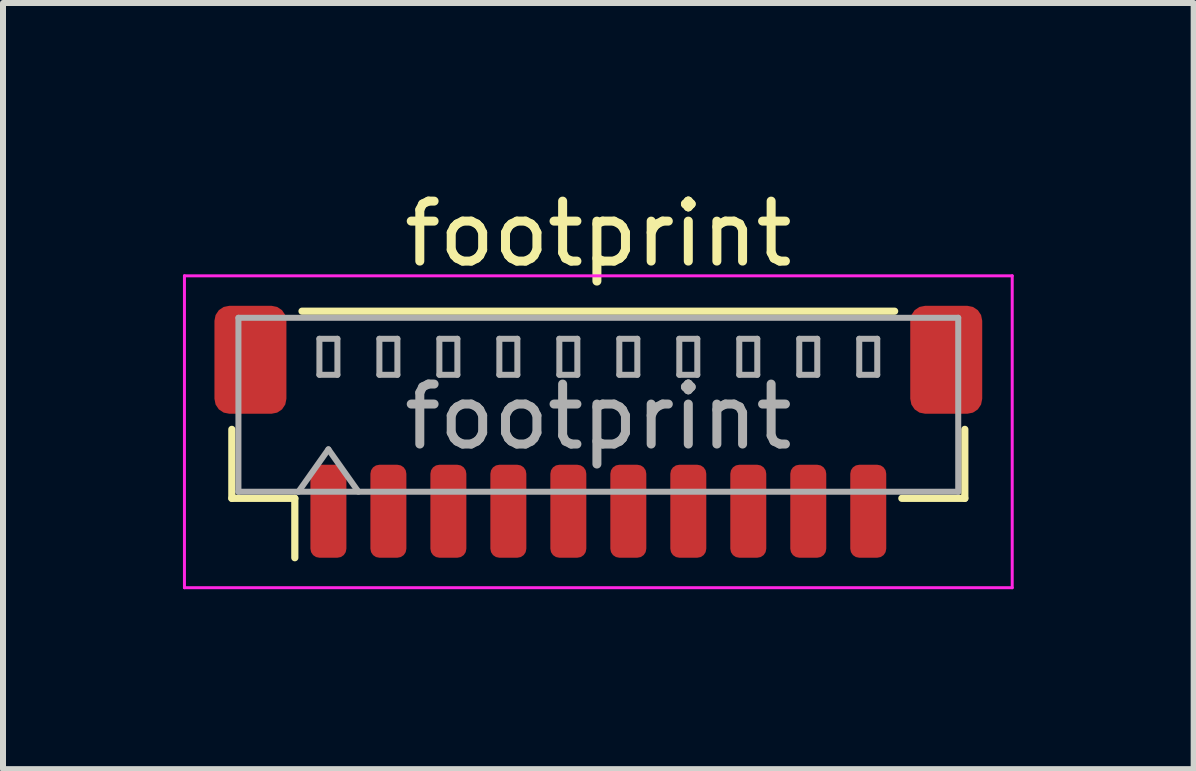
<source format=kicad_pcb>
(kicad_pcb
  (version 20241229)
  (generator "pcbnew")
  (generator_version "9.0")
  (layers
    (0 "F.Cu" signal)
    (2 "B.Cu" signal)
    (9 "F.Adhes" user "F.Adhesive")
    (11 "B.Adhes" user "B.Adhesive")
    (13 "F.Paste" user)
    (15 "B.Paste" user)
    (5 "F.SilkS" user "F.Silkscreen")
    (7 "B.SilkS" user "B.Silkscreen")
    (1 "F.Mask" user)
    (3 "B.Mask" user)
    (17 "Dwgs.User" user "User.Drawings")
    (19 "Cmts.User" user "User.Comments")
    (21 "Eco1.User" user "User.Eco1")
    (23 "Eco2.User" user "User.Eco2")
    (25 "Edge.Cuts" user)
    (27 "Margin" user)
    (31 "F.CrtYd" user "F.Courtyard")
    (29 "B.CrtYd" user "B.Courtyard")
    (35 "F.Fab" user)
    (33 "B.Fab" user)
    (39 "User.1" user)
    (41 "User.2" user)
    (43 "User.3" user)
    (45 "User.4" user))
  (footprint "footprint"
    (layer "F.Cu")
    (at 6.925 4.148)
    (property "Reference" "footprint" (at 0 -3.3 0) (layer "F.SilkS") (effects (font (size 1 1) (thickness 0.15))))
    (attr smd)
    (fp_line (start -6.11 -0.04) (end -6.11 1.11) (stroke (width 0.12) (type solid)) (layer "F.SilkS"))
    (fp_line (start -6.11 1.11) (end -5.06 1.11) (stroke (width 0.12) (type solid)) (layer "F.SilkS"))
    (fp_line (start -5.06 1.11) (end -5.06 2.1) (stroke (width 0.12) (type solid)) (layer "F.SilkS"))
    (fp_line (start -4.94 -2.01) (end 4.94 -2.01) (stroke (width 0.12) (type solid)) (layer "F.SilkS"))
    (fp_line (start 6.11 -0.04) (end 6.11 1.11) (stroke (width 0.12) (type solid)) (layer "F.SilkS"))
    (fp_line (start 6.11 1.11) (end 5.06 1.11) (stroke (width 0.12) (type solid)) (layer "F.SilkS"))
    (fp_line (start -6.9 -2.6) (end -6.9 2.6) (stroke (width 0.05) (type solid)) (layer "F.CrtYd"))
    (fp_line (start -6.9 2.6) (end 6.9 2.6) (stroke (width 0.05) (type solid)) (layer "F.CrtYd"))
    (fp_line (start 6.9 -2.6) (end -6.9 -2.6) (stroke (width 0.05) (type solid)) (layer "F.CrtYd"))
    (fp_line (start 6.9 2.6) (end 6.9 -2.6) (stroke (width 0.05) (type solid)) (layer "F.CrtYd"))
    (fp_line (start -6 -1.9) (end 6 -1.9) (stroke (width 0.1) (type solid)) (layer "F.Fab"))
    (fp_line (start -6 1) (end -6 -1.9) (stroke (width 0.1) (type solid)) (layer "F.Fab"))
    (fp_line (start -6 1) (end 6 1) (stroke (width 0.1) (type solid)) (layer "F.Fab"))
    (fp_line (start -5 1) (end -4.5 0.293) (stroke (width 0.1) (type solid)) (layer "F.Fab"))
    (fp_line (start -4.65 -1.55) (end -4.65 -0.95) (stroke (width 0.1) (type solid)) (layer "F.Fab"))
    (fp_line (start -4.65 -0.95) (end -4.35 -0.95) (stroke (width 0.1) (type solid)) (layer "F.Fab"))
    (fp_line (start -4.5 0.293) (end -4 1) (stroke (width 0.1) (type solid)) (layer "F.Fab"))
    (fp_line (start -4.35 -1.55) (end -4.65 -1.55) (stroke (width 0.1) (type solid)) (layer "F.Fab"))
    (fp_line (start -4.35 -0.95) (end -4.35 -1.55) (stroke (width 0.1) (type solid)) (layer "F.Fab"))
    (fp_line (start -3.65 -1.55) (end -3.65 -0.95) (stroke (width 0.1) (type solid)) (layer "F.Fab"))
    (fp_line (start -3.65 -0.95) (end -3.35 -0.95) (stroke (width 0.1) (type solid)) (layer "F.Fab"))
    (fp_line (start -3.35 -1.55) (end -3.65 -1.55) (stroke (width 0.1) (type solid)) (layer "F.Fab"))
    (fp_line (start -3.35 -0.95) (end -3.35 -1.55) (stroke (width 0.1) (type solid)) (layer "F.Fab"))
    (fp_line (start -2.65 -1.55) (end -2.65 -0.95) (stroke (width 0.1) (type solid)) (layer "F.Fab"))
    (fp_line (start -2.65 -0.95) (end -2.35 -0.95) (stroke (width 0.1) (type solid)) (layer "F.Fab"))
    (fp_line (start -2.35 -1.55) (end -2.65 -1.55) (stroke (width 0.1) (type solid)) (layer "F.Fab"))
    (fp_line (start -2.35 -0.95) (end -2.35 -1.55) (stroke (width 0.1) (type solid)) (layer "F.Fab"))
    (fp_line (start -1.65 -1.55) (end -1.65 -0.95) (stroke (width 0.1) (type solid)) (layer "F.Fab"))
    (fp_line (start -1.65 -0.95) (end -1.35 -0.95) (stroke (width 0.1) (type solid)) (layer "F.Fab"))
    (fp_line (start -1.35 -1.55) (end -1.65 -1.55) (stroke (width 0.1) (type solid)) (layer "F.Fab"))
    (fp_line (start -1.35 -0.95) (end -1.35 -1.55) (stroke (width 0.1) (type solid)) (layer "F.Fab"))
    (fp_line (start -0.65 -1.55) (end -0.65 -0.95) (stroke (width 0.1) (type solid)) (layer "F.Fab"))
    (fp_line (start -0.65 -0.95) (end -0.35 -0.95) (stroke (width 0.1) (type solid)) (layer "F.Fab"))
    (fp_line (start -0.35 -1.55) (end -0.65 -1.55) (stroke (width 0.1) (type solid)) (layer "F.Fab"))
    (fp_line (start -0.35 -0.95) (end -0.35 -1.55) (stroke (width 0.1) (type solid)) (layer "F.Fab"))
    (fp_line (start 0.35 -1.55) (end 0.35 -0.95) (stroke (width 0.1) (type solid)) (layer "F.Fab"))
    (fp_line (start 0.35 -0.95) (end 0.65 -0.95) (stroke (width 0.1) (type solid)) (layer "F.Fab"))
    (fp_line (start 0.65 -1.55) (end 0.35 -1.55) (stroke (width 0.1) (type solid)) (layer "F.Fab"))
    (fp_line (start 0.65 -0.95) (end 0.65 -1.55) (stroke (width 0.1) (type solid)) (layer "F.Fab"))
    (fp_line (start 1.35 -1.55) (end 1.35 -0.95) (stroke (width 0.1) (type solid)) (layer "F.Fab"))
    (fp_line (start 1.35 -0.95) (end 1.65 -0.95) (stroke (width 0.1) (type solid)) (layer "F.Fab"))
    (fp_line (start 1.65 -1.55) (end 1.35 -1.55) (stroke (width 0.1) (type solid)) (layer "F.Fab"))
    (fp_line (start 1.65 -0.95) (end 1.65 -1.55) (stroke (width 0.1) (type solid)) (layer "F.Fab"))
    (fp_line (start 2.35 -1.55) (end 2.35 -0.95) (stroke (width 0.1) (type solid)) (layer "F.Fab"))
    (fp_line (start 2.35 -0.95) (end 2.65 -0.95) (stroke (width 0.1) (type solid)) (layer "F.Fab"))
    (fp_line (start 2.65 -1.55) (end 2.35 -1.55) (stroke (width 0.1) (type solid)) (layer "F.Fab"))
    (fp_line (start 2.65 -0.95) (end 2.65 -1.55) (stroke (width 0.1) (type solid)) (layer "F.Fab"))
    (fp_line (start 3.35 -1.55) (end 3.35 -0.95) (stroke (width 0.1) (type solid)) (layer "F.Fab"))
    (fp_line (start 3.35 -0.95) (end 3.65 -0.95) (stroke (width 0.1) (type solid)) (layer "F.Fab"))
    (fp_line (start 3.65 -1.55) (end 3.35 -1.55) (stroke (width 0.1) (type solid)) (layer "F.Fab"))
    (fp_line (start 3.65 -0.95) (end 3.65 -1.55) (stroke (width 0.1) (type solid)) (layer "F.Fab"))
    (fp_line (start 4.35 -1.55) (end 4.35 -0.95) (stroke (width 0.1) (type solid)) (layer "F.Fab"))
    (fp_line (start 4.35 -0.95) (end 4.65 -0.95) (stroke (width 0.1) (type solid)) (layer "F.Fab"))
    (fp_line (start 4.65 -1.55) (end 4.35 -1.55) (stroke (width 0.1) (type solid)) (layer "F.Fab"))
    (fp_line (start 4.65 -0.95) (end 4.65 -1.55) (stroke (width 0.1) (type solid)) (layer "F.Fab"))
    (fp_line (start 6 1) (end 6 -1.9) (stroke (width 0.1) (type solid)) (layer "F.Fab"))
    (fp_text user "${REFERENCE}" (at 0 -0.25 0) (layer "F.Fab") (effects (font (size 1 1) (thickness 0.15))))
    (pad "1" smd roundrect (at -4.5 1.325) (size 0.6 1.55) (layers "F.Cu" "F.Mask" "F.Paste") (roundrect_rratio 0.25))
    (pad "2" smd roundrect (at -3.5 1.325) (size 0.6 1.55) (layers "F.Cu" "F.Mask" "F.Paste") (roundrect_rratio 0.25))
    (pad "3" smd roundrect (at -2.5 1.325) (size 0.6 1.55) (layers "F.Cu" "F.Mask" "F.Paste") (roundrect_rratio 0.25))
    (pad "4" smd roundrect (at -1.5 1.325) (size 0.6 1.55) (layers "F.Cu" "F.Mask" "F.Paste") (roundrect_rratio 0.25))
    (pad "5" smd roundrect (at -0.5 1.325) (size 0.6 1.55) (layers "F.Cu" "F.Mask" "F.Paste") (roundrect_rratio 0.25))
    (pad "6" smd roundrect (at 0.5 1.325) (size 0.6 1.55) (layers "F.Cu" "F.Mask" "F.Paste") (roundrect_rratio 0.25))
    (pad "7" smd roundrect (at 1.5 1.325) (size 0.6 1.55) (layers "F.Cu" "F.Mask" "F.Paste") (roundrect_rratio 0.25))
    (pad "8" smd roundrect (at 2.5 1.325) (size 0.6 1.55) (layers "F.Cu" "F.Mask" "F.Paste") (roundrect_rratio 0.25))
    (pad "9" smd roundrect (at 3.5 1.325) (size 0.6 1.55) (layers "F.Cu" "F.Mask" "F.Paste") (roundrect_rratio 0.25))
    (pad "10" smd roundrect (at 4.5 1.325) (size 0.6 1.55) (layers "F.Cu" "F.Mask" "F.Paste") (roundrect_rratio 0.25))
    (pad "MP" smd roundrect (at -5.8 -1.2) (size 1.2 1.8) (layers "F.Cu" "F.Mask" "F.Paste") (roundrect_rratio 0.208))
    (pad "MP" smd roundrect (at 5.8 -1.2) (size 1.2 1.8) (layers "F.Cu" "F.Mask" "F.Paste") (roundrect_rratio 0.208)))
  (gr_rect
    (start -3 -3)
    (end 16.85 9.773)
    (stroke (width 0.1) (type default))
    (fill no)
    (layer "Edge.Cuts")))
</source>
